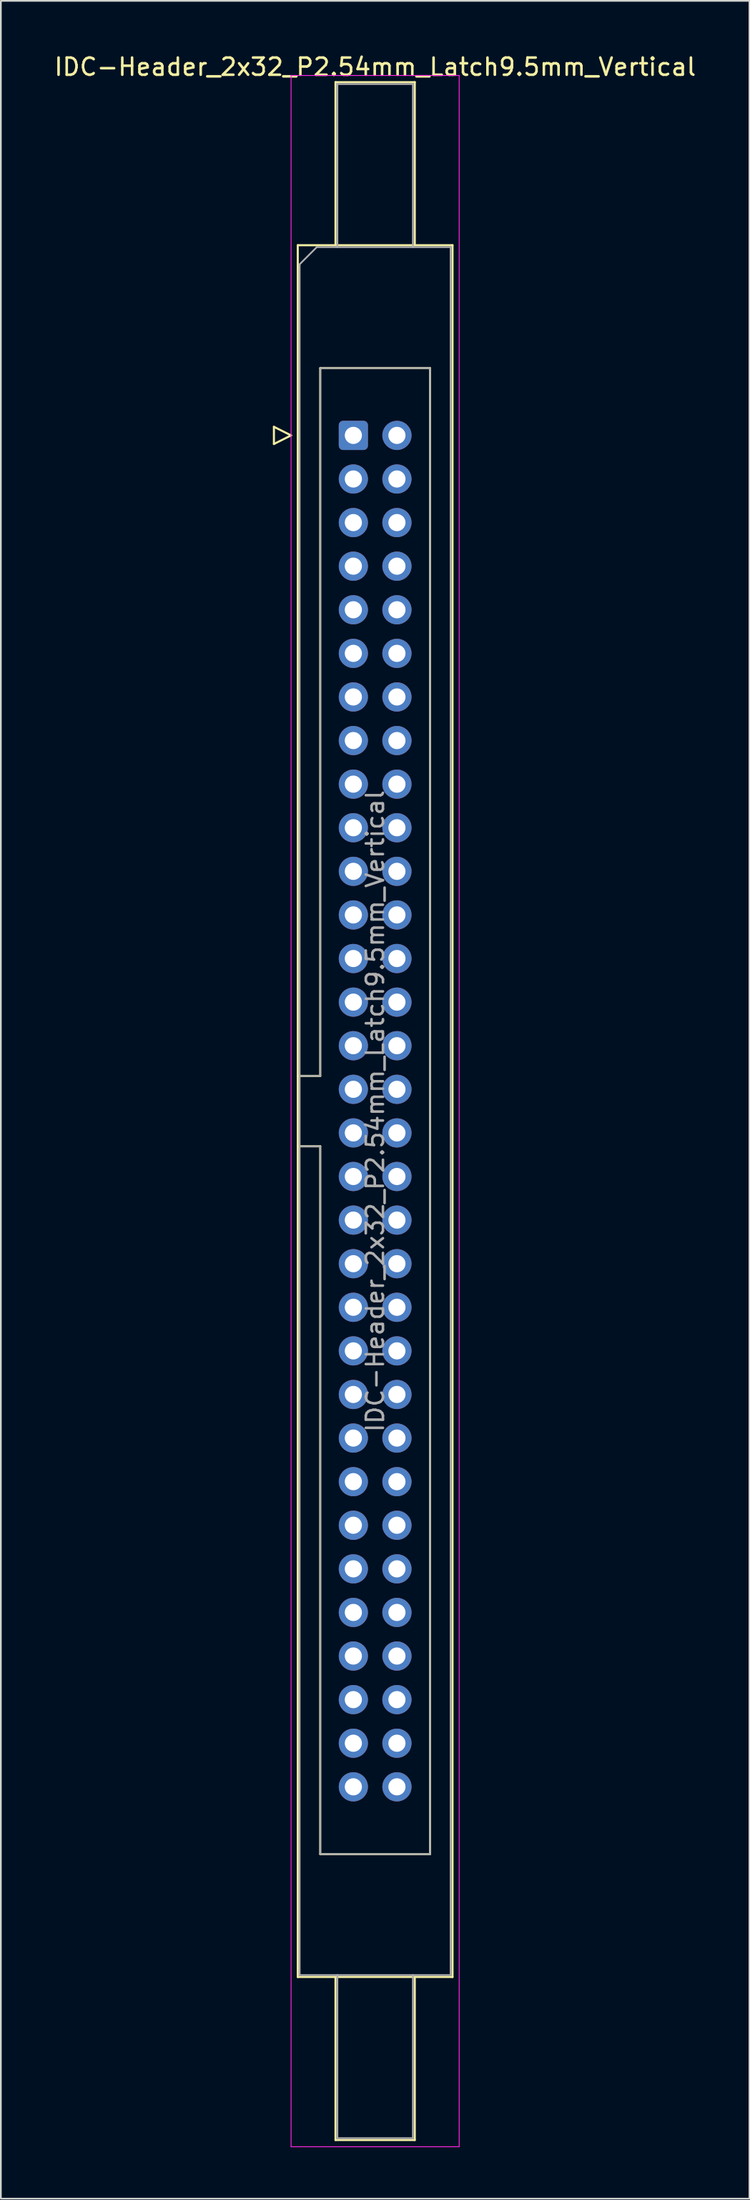
<source format=kicad_pcb>
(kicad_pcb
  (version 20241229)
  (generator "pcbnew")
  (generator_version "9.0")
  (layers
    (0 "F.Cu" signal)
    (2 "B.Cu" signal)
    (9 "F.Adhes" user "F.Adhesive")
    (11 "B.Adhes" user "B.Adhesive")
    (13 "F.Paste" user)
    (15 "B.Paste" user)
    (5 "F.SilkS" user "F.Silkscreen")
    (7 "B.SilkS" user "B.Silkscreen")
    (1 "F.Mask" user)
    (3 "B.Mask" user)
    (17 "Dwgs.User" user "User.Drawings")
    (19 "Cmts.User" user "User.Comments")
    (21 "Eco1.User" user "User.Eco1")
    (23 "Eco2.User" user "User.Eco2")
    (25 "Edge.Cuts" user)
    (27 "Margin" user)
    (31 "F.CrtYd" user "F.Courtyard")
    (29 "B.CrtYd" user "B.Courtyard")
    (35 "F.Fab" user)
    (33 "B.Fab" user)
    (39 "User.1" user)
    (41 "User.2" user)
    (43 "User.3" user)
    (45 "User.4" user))
  (footprint "IDC-Header_2x32_P2.54mm_Latch9.5mm_Vertical"
    (layer "F.Cu")
    (at 17.545 22.318)
    (property "Reference" "IDC-Header_2x32_P2.54mm_Latch9.5mm_Vertical" (at 1.27 -21.47 0) (layer "F.SilkS") (effects (font (size 1 1) (thickness 0.15))))
    (attr through_hole)
    (fp_line (start -4.63 -0.5) (end -4.63 0.5) (stroke (width 0.12) (type solid)) (layer "F.SilkS"))
    (fp_line (start -4.63 0.5) (end -3.63 0) (stroke (width 0.12) (type solid)) (layer "F.SilkS"))
    (fp_line (start -3.63 0) (end -4.63 -0.5) (stroke (width 0.12) (type solid)) (layer "F.SilkS"))
    (fp_line (start -3.24 -11.08) (end 5.78 -11.08) (stroke (width 0.12) (type solid)) (layer "F.SilkS"))
    (fp_line (start -3.24 37.32) (end -1.93 37.32) (stroke (width 0.12) (type solid)) (layer "F.SilkS"))
    (fp_line (start -3.24 89.82) (end -3.24 -11.08) (stroke (width 0.12) (type solid)) (layer "F.SilkS"))
    (fp_line (start -1.93 -3.92) (end 4.47 -3.92) (stroke (width 0.12) (type solid)) (layer "F.SilkS"))
    (fp_line (start -1.93 37.32) (end -1.93 -3.92) (stroke (width 0.12) (type solid)) (layer "F.SilkS"))
    (fp_line (start -1.93 41.42) (end -3.24 41.42) (stroke (width 0.12) (type solid)) (layer "F.SilkS"))
    (fp_line (start -1.93 82.66) (end -1.93 41.42) (stroke (width 0.12) (type solid)) (layer "F.SilkS"))
    (fp_line (start -1.04 -20.58) (end 3.58 -20.58) (stroke (width 0.12) (type solid)) (layer "F.SilkS"))
    (fp_line (start -1.04 -11.08) (end -1.04 -20.58) (stroke (width 0.12) (type solid)) (layer "F.SilkS"))
    (fp_line (start -1.04 89.82) (end -1.04 99.32) (stroke (width 0.12) (type solid)) (layer "F.SilkS"))
    (fp_line (start -1.04 99.32) (end 3.58 99.32) (stroke (width 0.12) (type solid)) (layer "F.SilkS"))
    (fp_line (start 3.58 -20.58) (end 3.58 -11.08) (stroke (width 0.12) (type solid)) (layer "F.SilkS"))
    (fp_line (start 3.58 99.32) (end 3.58 89.82) (stroke (width 0.12) (type solid)) (layer "F.SilkS"))
    (fp_line (start 4.47 -3.92) (end 4.47 82.66) (stroke (width 0.12) (type solid)) (layer "F.SilkS"))
    (fp_line (start 4.47 82.66) (end -1.93 82.66) (stroke (width 0.12) (type solid)) (layer "F.SilkS"))
    (fp_line (start 5.78 -11.08) (end 5.78 89.82) (stroke (width 0.12) (type solid)) (layer "F.SilkS"))
    (fp_line (start 5.78 89.82) (end -3.24 89.82) (stroke (width 0.12) (type solid)) (layer "F.SilkS"))
    (fp_line (start -3.63 -20.97) (end -3.63 99.71) (stroke (width 0.05) (type solid)) (layer "F.CrtYd"))
    (fp_line (start -3.63 99.71) (end 6.17 99.71) (stroke (width 0.05) (type solid)) (layer "F.CrtYd"))
    (fp_line (start 6.17 -20.97) (end -3.63 -20.97) (stroke (width 0.05) (type solid)) (layer "F.CrtYd"))
    (fp_line (start 6.17 99.71) (end 6.17 -20.97) (stroke (width 0.05) (type solid)) (layer "F.CrtYd"))
    (fp_line (start -3.13 -9.97) (end -2.13 -10.97) (stroke (width 0.1) (type solid)) (layer "F.Fab"))
    (fp_line (start -3.13 37.32) (end -1.93 37.32) (stroke (width 0.1) (type solid)) (layer "F.Fab"))
    (fp_line (start -3.13 89.71) (end -3.13 -9.97) (stroke (width 0.1) (type solid)) (layer "F.Fab"))
    (fp_line (start -2.13 -10.97) (end 5.67 -10.97) (stroke (width 0.1) (type solid)) (layer "F.Fab"))
    (fp_line (start -1.93 -3.92) (end 4.47 -3.92) (stroke (width 0.1) (type solid)) (layer "F.Fab"))
    (fp_line (start -1.93 37.32) (end -1.93 -3.92) (stroke (width 0.1) (type solid)) (layer "F.Fab"))
    (fp_line (start -1.93 41.42) (end -3.13 41.42) (stroke (width 0.1) (type solid)) (layer "F.Fab"))
    (fp_line (start -1.93 82.66) (end -1.93 41.42) (stroke (width 0.1) (type solid)) (layer "F.Fab"))
    (fp_line (start -0.93 -20.47) (end 3.47 -20.47) (stroke (width 0.1) (type solid)) (layer "F.Fab"))
    (fp_line (start -0.93 -10.97) (end -0.93 -20.47) (stroke (width 0.1) (type solid)) (layer "F.Fab"))
    (fp_line (start -0.93 89.71) (end -0.93 99.21) (stroke (width 0.1) (type solid)) (layer "F.Fab"))
    (fp_line (start -0.93 99.21) (end 3.47 99.21) (stroke (width 0.1) (type solid)) (layer "F.Fab"))
    (fp_line (start 3.47 -20.47) (end 3.47 -10.97) (stroke (width 0.1) (type solid)) (layer "F.Fab"))
    (fp_line (start 3.47 99.21) (end 3.47 89.71) (stroke (width 0.1) (type solid)) (layer "F.Fab"))
    (fp_line (start 4.47 -3.92) (end 4.47 82.66) (stroke (width 0.1) (type solid)) (layer "F.Fab"))
    (fp_line (start 4.47 82.66) (end -1.93 82.66) (stroke (width 0.1) (type solid)) (layer "F.Fab"))
    (fp_line (start 5.67 -10.97) (end 5.67 89.71) (stroke (width 0.1) (type solid)) (layer "F.Fab"))
    (fp_line (start 5.67 89.71) (end -3.13 89.71) (stroke (width 0.1) (type solid)) (layer "F.Fab"))
    (fp_text user "${REFERENCE}" (at 1.27 39.37 90) (layer "F.Fab") (effects (font (size 1 1) (thickness 0.15))))
    (pad "1" thru_hole roundrect (at 0 0) (size 1.7 1.7) (drill 1) (layers "*.Cu" "*.Mask") (roundrect_rratio 0.147))
    (pad "2" thru_hole circle (at 2.54 0) (size 1.7 1.7) (drill 1) (layers "*.Cu" "*.Mask"))
    (pad "3" thru_hole circle (at 0 2.54) (size 1.7 1.7) (drill 1) (layers "*.Cu" "*.Mask"))
    (pad "4" thru_hole circle (at 2.54 2.54) (size 1.7 1.7) (drill 1) (layers "*.Cu" "*.Mask"))
    (pad "5" thru_hole circle (at 0 5.08) (size 1.7 1.7) (drill 1) (layers "*.Cu" "*.Mask"))
    (pad "6" thru_hole circle (at 2.54 5.08) (size 1.7 1.7) (drill 1) (layers "*.Cu" "*.Mask"))
    (pad "7" thru_hole circle (at 0 7.62) (size 1.7 1.7) (drill 1) (layers "*.Cu" "*.Mask"))
    (pad "8" thru_hole circle (at 2.54 7.62) (size 1.7 1.7) (drill 1) (layers "*.Cu" "*.Mask"))
    (pad "9" thru_hole circle (at 0 10.16) (size 1.7 1.7) (drill 1) (layers "*.Cu" "*.Mask"))
    (pad "10" thru_hole circle (at 2.54 10.16) (size 1.7 1.7) (drill 1) (layers "*.Cu" "*.Mask"))
    (pad "11" thru_hole circle (at 0 12.7) (size 1.7 1.7) (drill 1) (layers "*.Cu" "*.Mask"))
    (pad "12" thru_hole circle (at 2.54 12.7) (size 1.7 1.7) (drill 1) (layers "*.Cu" "*.Mask"))
    (pad "13" thru_hole circle (at 0 15.24) (size 1.7 1.7) (drill 1) (layers "*.Cu" "*.Mask"))
    (pad "14" thru_hole circle (at 2.54 15.24) (size 1.7 1.7) (drill 1) (layers "*.Cu" "*.Mask"))
    (pad "15" thru_hole circle (at 0 17.78) (size 1.7 1.7) (drill 1) (layers "*.Cu" "*.Mask"))
    (pad "16" thru_hole circle (at 2.54 17.78) (size 1.7 1.7) (drill 1) (layers "*.Cu" "*.Mask"))
    (pad "17" thru_hole circle (at 0 20.32) (size 1.7 1.7) (drill 1) (layers "*.Cu" "*.Mask"))
    (pad "18" thru_hole circle (at 2.54 20.32) (size 1.7 1.7) (drill 1) (layers "*.Cu" "*.Mask"))
    (pad "19" thru_hole circle (at 0 22.86) (size 1.7 1.7) (drill 1) (layers "*.Cu" "*.Mask"))
    (pad "20" thru_hole circle (at 2.54 22.86) (size 1.7 1.7) (drill 1) (layers "*.Cu" "*.Mask"))
    (pad "21" thru_hole circle (at 0 25.4) (size 1.7 1.7) (drill 1) (layers "*.Cu" "*.Mask"))
    (pad "22" thru_hole circle (at 2.54 25.4) (size 1.7 1.7) (drill 1) (layers "*.Cu" "*.Mask"))
    (pad "23" thru_hole circle (at 0 27.94) (size 1.7 1.7) (drill 1) (layers "*.Cu" "*.Mask"))
    (pad "24" thru_hole circle (at 2.54 27.94) (size 1.7 1.7) (drill 1) (layers "*.Cu" "*.Mask"))
    (pad "25" thru_hole circle (at 0 30.48) (size 1.7 1.7) (drill 1) (layers "*.Cu" "*.Mask"))
    (pad "26" thru_hole circle (at 2.54 30.48) (size 1.7 1.7) (drill 1) (layers "*.Cu" "*.Mask"))
    (pad "27" thru_hole circle (at 0 33.02) (size 1.7 1.7) (drill 1) (layers "*.Cu" "*.Mask"))
    (pad "28" thru_hole circle (at 2.54 33.02) (size 1.7 1.7) (drill 1) (layers "*.Cu" "*.Mask"))
    (pad "29" thru_hole circle (at 0 35.56) (size 1.7 1.7) (drill 1) (layers "*.Cu" "*.Mask"))
    (pad "30" thru_hole circle (at 2.54 35.56) (size 1.7 1.7) (drill 1) (layers "*.Cu" "*.Mask"))
    (pad "31" thru_hole circle (at 0 38.1) (size 1.7 1.7) (drill 1) (layers "*.Cu" "*.Mask"))
    (pad "32" thru_hole circle (at 2.54 38.1) (size 1.7 1.7) (drill 1) (layers "*.Cu" "*.Mask"))
    (pad "33" thru_hole circle (at 0 40.64) (size 1.7 1.7) (drill 1) (layers "*.Cu" "*.Mask"))
    (pad "34" thru_hole circle (at 2.54 40.64) (size 1.7 1.7) (drill 1) (layers "*.Cu" "*.Mask"))
    (pad "35" thru_hole circle (at 0 43.18) (size 1.7 1.7) (drill 1) (layers "*.Cu" "*.Mask"))
    (pad "36" thru_hole circle (at 2.54 43.18) (size 1.7 1.7) (drill 1) (layers "*.Cu" "*.Mask"))
    (pad "37" thru_hole circle (at 0 45.72) (size 1.7 1.7) (drill 1) (layers "*.Cu" "*.Mask"))
    (pad "38" thru_hole circle (at 2.54 45.72) (size 1.7 1.7) (drill 1) (layers "*.Cu" "*.Mask"))
    (pad "39" thru_hole circle (at 0 48.26) (size 1.7 1.7) (drill 1) (layers "*.Cu" "*.Mask"))
    (pad "40" thru_hole circle (at 2.54 48.26) (size 1.7 1.7) (drill 1) (layers "*.Cu" "*.Mask"))
    (pad "41" thru_hole circle (at 0 50.8) (size 1.7 1.7) (drill 1) (layers "*.Cu" "*.Mask"))
    (pad "42" thru_hole circle (at 2.54 50.8) (size 1.7 1.7) (drill 1) (layers "*.Cu" "*.Mask"))
    (pad "43" thru_hole circle (at 0 53.34) (size 1.7 1.7) (drill 1) (layers "*.Cu" "*.Mask"))
    (pad "44" thru_hole circle (at 2.54 53.34) (size 1.7 1.7) (drill 1) (layers "*.Cu" "*.Mask"))
    (pad "45" thru_hole circle (at 0 55.88) (size 1.7 1.7) (drill 1) (layers "*.Cu" "*.Mask"))
    (pad "46" thru_hole circle (at 2.54 55.88) (size 1.7 1.7) (drill 1) (layers "*.Cu" "*.Mask"))
    (pad "47" thru_hole circle (at 0 58.42) (size 1.7 1.7) (drill 1) (layers "*.Cu" "*.Mask"))
    (pad "48" thru_hole circle (at 2.54 58.42) (size 1.7 1.7) (drill 1) (layers "*.Cu" "*.Mask"))
    (pad "49" thru_hole circle (at 0 60.96) (size 1.7 1.7) (drill 1) (layers "*.Cu" "*.Mask"))
    (pad "50" thru_hole circle (at 2.54 60.96) (size 1.7 1.7) (drill 1) (layers "*.Cu" "*.Mask"))
    (pad "51" thru_hole circle (at 0 63.5) (size 1.7 1.7) (drill 1) (layers "*.Cu" "*.Mask"))
    (pad "52" thru_hole circle (at 2.54 63.5) (size 1.7 1.7) (drill 1) (layers "*.Cu" "*.Mask"))
    (pad "53" thru_hole circle (at 0 66.04) (size 1.7 1.7) (drill 1) (layers "*.Cu" "*.Mask"))
    (pad "54" thru_hole circle (at 2.54 66.04) (size 1.7 1.7) (drill 1) (layers "*.Cu" "*.Mask"))
    (pad "55" thru_hole circle (at 0 68.58) (size 1.7 1.7) (drill 1) (layers "*.Cu" "*.Mask"))
    (pad "56" thru_hole circle (at 2.54 68.58) (size 1.7 1.7) (drill 1) (layers "*.Cu" "*.Mask"))
    (pad "57" thru_hole circle (at 0 71.12) (size 1.7 1.7) (drill 1) (layers "*.Cu" "*.Mask"))
    (pad "58" thru_hole circle (at 2.54 71.12) (size 1.7 1.7) (drill 1) (layers "*.Cu" "*.Mask"))
    (pad "59" thru_hole circle (at 0 73.66) (size 1.7 1.7) (drill 1) (layers "*.Cu" "*.Mask"))
    (pad "60" thru_hole circle (at 2.54 73.66) (size 1.7 1.7) (drill 1) (layers "*.Cu" "*.Mask"))
    (pad "61" thru_hole circle (at 0 76.2) (size 1.7 1.7) (drill 1) (layers "*.Cu" "*.Mask"))
    (pad "62" thru_hole circle (at 2.54 76.2) (size 1.7 1.7) (drill 1) (layers "*.Cu" "*.Mask"))
    (pad "63" thru_hole circle (at 0 78.74) (size 1.7 1.7) (drill 1) (layers "*.Cu" "*.Mask"))
    (pad "64" thru_hole circle (at 2.54 78.74) (size 1.7 1.7) (drill 1) (layers "*.Cu" "*.Mask")))
  (gr_rect
    (start -3 -3)
    (end 40.631 125.053)
    (stroke (width 0.1) (type default))
    (fill no)
    (layer "Edge.Cuts")))
</source>
